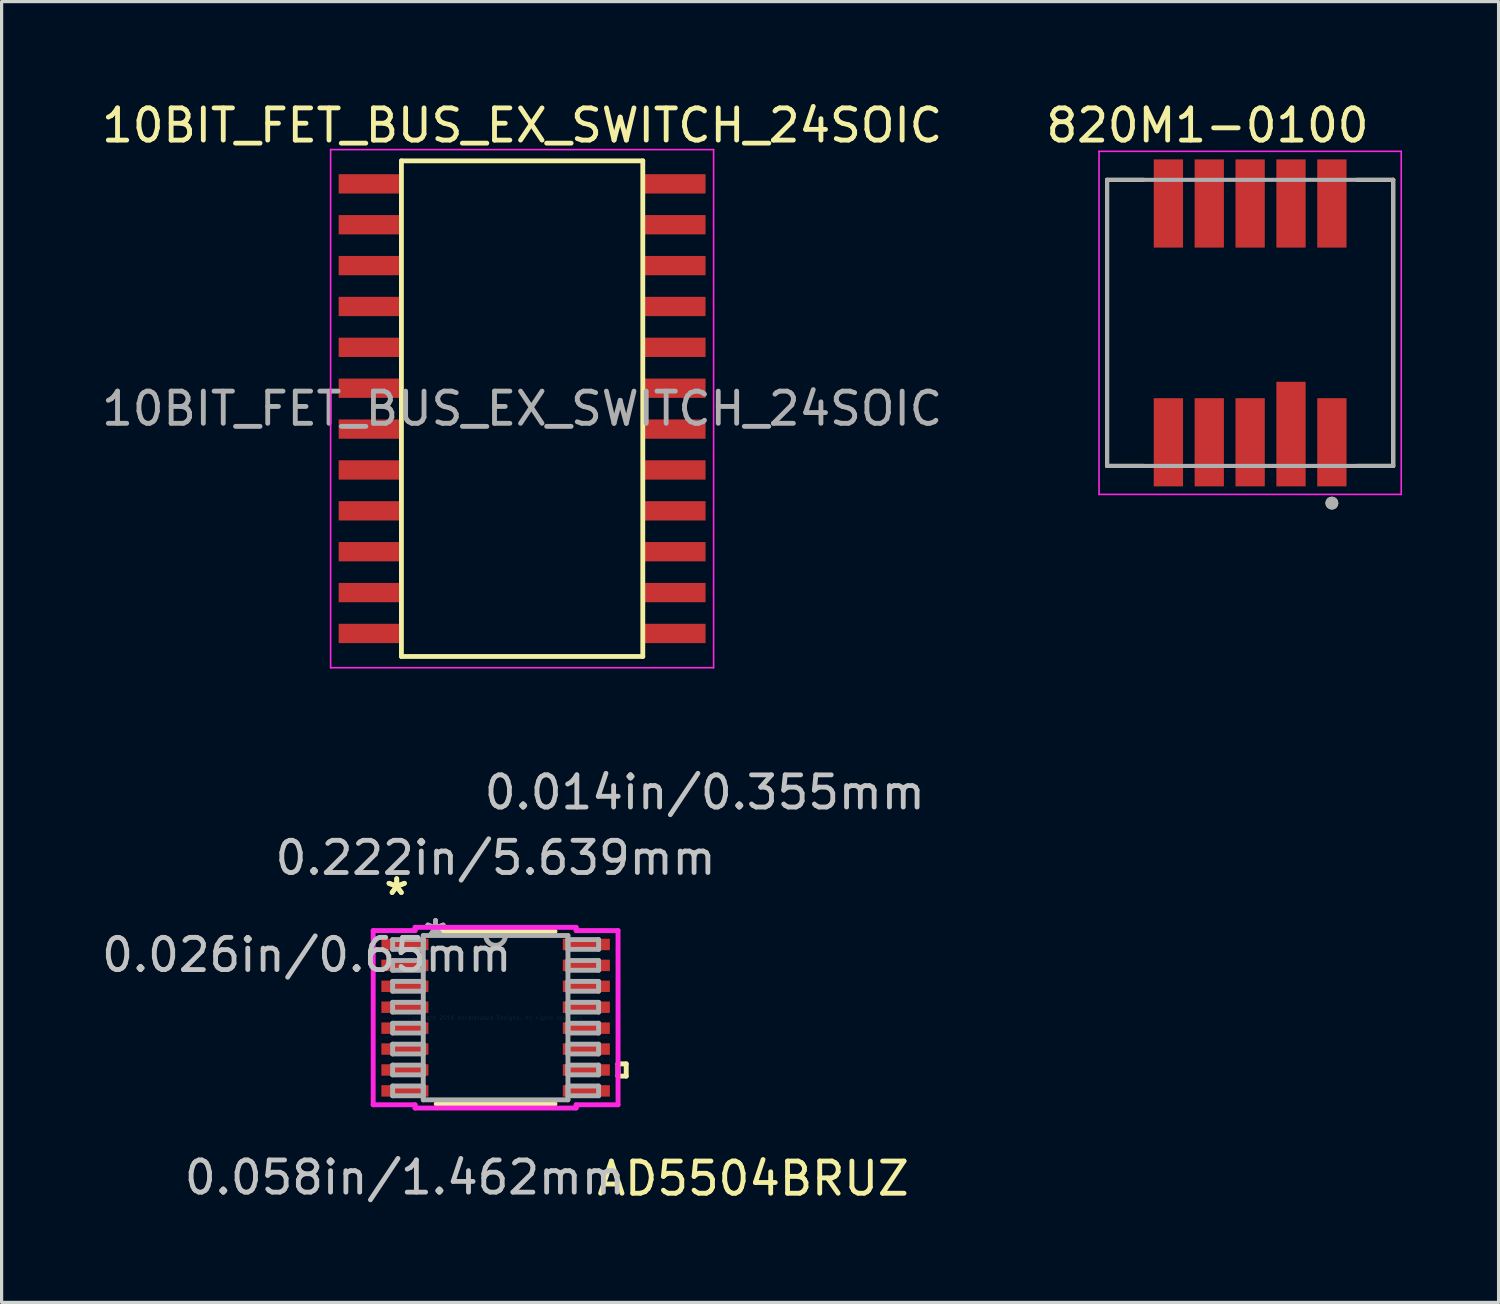
<source format=kicad_pcb>
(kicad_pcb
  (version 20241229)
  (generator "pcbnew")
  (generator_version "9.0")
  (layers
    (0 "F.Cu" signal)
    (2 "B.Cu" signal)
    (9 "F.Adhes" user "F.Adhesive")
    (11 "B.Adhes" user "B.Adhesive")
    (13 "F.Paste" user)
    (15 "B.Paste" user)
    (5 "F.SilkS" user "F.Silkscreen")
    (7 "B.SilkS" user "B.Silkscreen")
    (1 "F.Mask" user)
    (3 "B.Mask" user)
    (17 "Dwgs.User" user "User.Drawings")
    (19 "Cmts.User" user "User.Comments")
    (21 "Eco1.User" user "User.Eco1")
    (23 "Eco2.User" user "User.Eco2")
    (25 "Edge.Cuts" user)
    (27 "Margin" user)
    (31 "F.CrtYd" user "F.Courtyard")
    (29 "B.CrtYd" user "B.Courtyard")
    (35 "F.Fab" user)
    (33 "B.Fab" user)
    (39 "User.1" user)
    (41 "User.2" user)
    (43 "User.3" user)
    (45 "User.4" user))
  (footprint "10BIT_FET_BUS_EX_SWITCH_24SOIC"
    (layer "F.Cu")
    (at 13.173 9.648)
    (property "Reference" "10BIT_FET_BUS_EX_SWITCH_24SOIC" (at 0 -8.8 0) (layer "F.SilkS") (effects (font (size 1 1) (thickness 0.15))))
    (attr smd)
    (fp_line (start -3.75 -7.7) (end -3.75 7.7) (stroke (width 0.15) (type solid)) (layer "F.SilkS"))
    (fp_line (start 3.75 -7.7) (end -3.75 -7.7) (stroke (width 0.15) (type solid)) (layer "F.SilkS"))
    (fp_line (start 3.75 -7.7) (end 3.75 7.7) (stroke (width 0.15) (type solid)) (layer "F.SilkS"))
    (fp_line (start 3.75 7.7) (end -3.75 7.7) (stroke (width 0.15) (type solid)) (layer "F.SilkS"))
    (fp_line (start -5.95 -8.05) (end -5.95 8.05) (stroke (width 0.05) (type solid)) (layer "F.CrtYd"))
    (fp_line (start -5.95 -8.05) (end 5.95 -8.05) (stroke (width 0.05) (type solid)) (layer "F.CrtYd"))
    (fp_line (start -5.95 8.05) (end 5.95 8.05) (stroke (width 0.05) (type solid)) (layer "F.CrtYd"))
    (fp_line (start 5.95 -8.05) (end 5.95 8.05) (stroke (width 0.05) (type solid)) (layer "F.CrtYd"))
    (fp_text user "${REFERENCE}" (at 0 0 0) (layer "F.Fab") (effects (font (size 1 1) (thickness 0.15))))
    (pad "1" smd rect (at -4.7 -6.985) (size 2 0.6) (layers "F.Cu" "F.Mask" "F.Paste"))
    (pad "2" smd rect (at -4.7 -5.715) (size 2 0.6) (layers "F.Cu" "F.Mask" "F.Paste"))
    (pad "3" smd rect (at -4.7 -4.445) (size 2 0.6) (layers "F.Cu" "F.Mask" "F.Paste"))
    (pad "4" smd rect (at -4.7 -3.175) (size 2 0.6) (layers "F.Cu" "F.Mask" "F.Paste"))
    (pad "5" smd rect (at -4.7 -1.905) (size 2 0.6) (layers "F.Cu" "F.Mask" "F.Paste"))
    (pad "6" smd rect (at -4.7 -0.635) (size 2 0.6) (layers "F.Cu" "F.Mask" "F.Paste"))
    (pad "7" smd rect (at -4.7 0.635) (size 2 0.6) (layers "F.Cu" "F.Mask" "F.Paste"))
    (pad "8" smd rect (at -4.7 1.905) (size 2 0.6) (layers "F.Cu" "F.Mask" "F.Paste"))
    (pad "9" smd rect (at -4.7 3.175) (size 2 0.6) (layers "F.Cu" "F.Mask" "F.Paste"))
    (pad "10" smd rect (at -4.7 4.445) (size 2 0.6) (layers "F.Cu" "F.Mask" "F.Paste"))
    (pad "11" smd rect (at -4.7 5.715) (size 2 0.6) (layers "F.Cu" "F.Mask" "F.Paste"))
    (pad "12" smd rect (at -4.7 6.985) (size 2 0.6) (layers "F.Cu" "F.Mask" "F.Paste"))
    (pad "13" smd rect (at 4.7 6.985) (size 2 0.6) (layers "F.Cu" "F.Mask" "F.Paste"))
    (pad "14" smd rect (at 4.7 5.715) (size 2 0.6) (layers "F.Cu" "F.Mask" "F.Paste"))
    (pad "15" smd rect (at 4.7 4.445) (size 2 0.6) (layers "F.Cu" "F.Mask" "F.Paste"))
    (pad "16" smd rect (at 4.7 3.175) (size 2 0.6) (layers "F.Cu" "F.Mask" "F.Paste"))
    (pad "17" smd rect (at 4.7 1.905) (size 2 0.6) (layers "F.Cu" "F.Mask" "F.Paste"))
    (pad "18" smd rect (at 4.7 0.635) (size 2 0.6) (layers "F.Cu" "F.Mask" "F.Paste"))
    (pad "19" smd rect (at 4.7 -0.635) (size 2 0.6) (layers "F.Cu" "F.Mask" "F.Paste"))
    (pad "20" smd rect (at 4.7 -1.905) (size 2 0.6) (layers "F.Cu" "F.Mask" "F.Paste"))
    (pad "21" smd rect (at 4.7 -3.175) (size 2 0.6) (layers "F.Cu" "F.Mask" "F.Paste"))
    (pad "22" smd rect (at 4.7 -4.445) (size 2 0.6) (layers "F.Cu" "F.Mask" "F.Paste"))
    (pad "23" smd rect (at 4.7 -5.715) (size 2 0.6) (layers "F.Cu" "F.Mask" "F.Paste"))
    (pad "24" smd rect (at 4.7 -6.985) (size 2 0.6) (layers "F.Cu" "F.Mask" "F.Paste")))
  (footprint "820M1-0100"
    (layer "F.Cu")
    (at 35.795 6.983)
    (property "Reference" "820M1-0100" (at -1.325 -6.135 0) (layer "F.SilkS") (effects (font (size 1 1) (thickness 0.15))))
    (attr smd)
    (fp_line (start -4.445 -4.445) (end -3.315 -4.445) (stroke (width 0.127) (type solid)) (layer "F.SilkS"))
    (fp_line (start -4.445 4.445) (end -4.445 -4.445) (stroke (width 0.127) (type solid)) (layer "F.SilkS"))
    (fp_line (start -3.315 4.445) (end -4.445 4.445) (stroke (width 0.127) (type solid)) (layer "F.SilkS"))
    (fp_line (start 3.315 -4.445) (end 4.445 -4.445) (stroke (width 0.127) (type solid)) (layer "F.SilkS"))
    (fp_line (start 4.445 -4.445) (end 4.445 4.445) (stroke (width 0.127) (type solid)) (layer "F.SilkS"))
    (fp_line (start 4.445 4.445) (end 3.315 4.445) (stroke (width 0.127) (type solid)) (layer "F.SilkS"))
    (fp_circle (center 2.54 5.6) (end 2.64 5.6) (stroke (width 0.2) (type solid)) (fill no) (layer "F.SilkS"))
    (fp_line (start -4.695 -5.33) (end 4.695 -5.33) (stroke (width 0.05) (type solid)) (layer "F.CrtYd"))
    (fp_line (start -4.695 5.33) (end -4.695 -5.33) (stroke (width 0.05) (type solid)) (layer "F.CrtYd"))
    (fp_line (start 4.695 -5.33) (end 4.695 5.33) (stroke (width 0.05) (type solid)) (layer "F.CrtYd"))
    (fp_line (start 4.695 5.33) (end -4.695 5.33) (stroke (width 0.05) (type solid)) (layer "F.CrtYd"))
    (fp_line (start -4.445 -4.445) (end 4.445 -4.445) (stroke (width 0.127) (type solid)) (layer "F.Fab"))
    (fp_line (start -4.445 4.445) (end -4.445 -4.445) (stroke (width 0.127) (type solid)) (layer "F.Fab"))
    (fp_line (start 4.445 -4.445) (end 4.445 4.445) (stroke (width 0.127) (type solid)) (layer "F.Fab"))
    (fp_line (start 4.445 4.445) (end -4.445 4.445) (stroke (width 0.127) (type solid)) (layer "F.Fab"))
    (fp_circle (center 2.54 5.6) (end 2.64 5.6) (stroke (width 0.2) (type solid)) (fill no) (layer "F.Fab"))
    (pad "1" smd rect (at 2.54 3.71) (size 0.91 2.74) (layers "F.Cu" "F.Mask" "F.Paste"))
    (pad "2" smd rect (at 1.27 3.455) (size 0.91 3.25) (layers "F.Cu" "F.Mask" "F.Paste"))
    (pad "3" smd rect (at 0 3.71) (size 0.91 2.74) (layers "F.Cu" "F.Mask" "F.Paste"))
    (pad "4" smd rect (at -1.27 3.71) (size 0.91 2.74) (layers "F.Cu" "F.Mask" "F.Paste"))
    (pad "5" smd rect (at -2.54 3.71) (size 0.91 2.74) (layers "F.Cu" "F.Mask" "F.Paste"))
    (pad "6" smd rect (at -2.54 -3.71) (size 0.91 2.74) (layers "F.Cu" "F.Mask" "F.Paste"))
    (pad "7" smd rect (at -1.27 -3.71) (size 0.91 2.74) (layers "F.Cu" "F.Mask" "F.Paste"))
    (pad "8" smd rect (at 0 -3.71) (size 0.91 2.74) (layers "F.Cu" "F.Mask" "F.Paste"))
    (pad "9" smd rect (at 1.27 -3.71) (size 0.91 2.74) (layers "F.Cu" "F.Mask" "F.Paste"))
    (pad "10" smd rect (at 2.54 -3.71) (size 0.91 2.74) (layers "F.Cu" "F.Mask" "F.Paste")))
  (footprint "AD5504BRUZ"
    (layer "F.Cu")
    (at 12.35 28.572)
    (property "Reference" "AD5504BRUZ" (at 8 5 0) (layer "F.SilkS") (effects (font (size 1 1) (thickness 0.15))))
    (attr smd)
    (fp_line (start -1.845 2.68) (end 1.845 2.68) (stroke (width 0.152) (type solid)) (layer "F.SilkS"))
    (fp_line (start 1.845 -2.68) (end -1.845 -2.68) (stroke (width 0.152) (type solid)) (layer "F.SilkS"))
    (fp_line (start 3.804 1.435) (end 4.058 1.435) (stroke (width 0.152) (type solid)) (layer "F.SilkS"))
    (fp_line (start 3.804 1.816) (end 3.804 1.435) (stroke (width 0.152) (type solid)) (layer "F.SilkS"))
    (fp_line (start 4.058 1.435) (end 4.058 1.816) (stroke (width 0.152) (type solid)) (layer "F.SilkS"))
    (fp_line (start 4.058 1.816) (end 3.804 1.816) (stroke (width 0.152) (type solid)) (layer "F.SilkS"))
    (fp_line (start -3.804 -2.706) (end -2.502 -2.706) (stroke (width 0.152) (type solid)) (layer "F.CrtYd"))
    (fp_line (start -3.804 2.706) (end -3.804 -2.706) (stroke (width 0.152) (type solid)) (layer "F.CrtYd"))
    (fp_line (start -2.502 -2.807) (end 2.502 -2.807) (stroke (width 0.152) (type solid)) (layer "F.CrtYd"))
    (fp_line (start -2.502 -2.706) (end -2.502 -2.807) (stroke (width 0.152) (type solid)) (layer "F.CrtYd"))
    (fp_line (start -2.502 2.706) (end -3.804 2.706) (stroke (width 0.152) (type solid)) (layer "F.CrtYd"))
    (fp_line (start -2.502 2.807) (end -2.502 2.706) (stroke (width 0.152) (type solid)) (layer "F.CrtYd"))
    (fp_line (start 2.502 -2.807) (end 2.502 -2.706) (stroke (width 0.152) (type solid)) (layer "F.CrtYd"))
    (fp_line (start 2.502 -2.706) (end 3.804 -2.706) (stroke (width 0.152) (type solid)) (layer "F.CrtYd"))
    (fp_line (start 2.502 2.706) (end 2.502 2.807) (stroke (width 0.152) (type solid)) (layer "F.CrtYd"))
    (fp_line (start 2.502 2.807) (end -2.502 2.807) (stroke (width 0.152) (type solid)) (layer "F.CrtYd"))
    (fp_line (start 3.804 -2.706) (end 3.804 2.706) (stroke (width 0.152) (type solid)) (layer "F.CrtYd"))
    (fp_line (start 3.804 2.706) (end 2.502 2.706) (stroke (width 0.152) (type solid)) (layer "F.CrtYd"))
    (fp_line (start -3.2 -2.427) (end -3.2 -2.123) (stroke (width 0.152) (type solid)) (layer "F.Fab"))
    (fp_line (start -3.2 -2.123) (end -2.248 -2.123) (stroke (width 0.152) (type solid)) (layer "F.Fab"))
    (fp_line (start -3.2 -1.777) (end -3.2 -1.473) (stroke (width 0.152) (type solid)) (layer "F.Fab"))
    (fp_line (start -3.2 -1.473) (end -2.248 -1.473) (stroke (width 0.152) (type solid)) (layer "F.Fab"))
    (fp_line (start -3.2 -1.127) (end -3.2 -0.823) (stroke (width 0.152) (type solid)) (layer "F.Fab"))
    (fp_line (start -3.2 -0.823) (end -2.248 -0.823) (stroke (width 0.152) (type solid)) (layer "F.Fab"))
    (fp_line (start -3.2 -0.477) (end -3.2 -0.173) (stroke (width 0.152) (type solid)) (layer "F.Fab"))
    (fp_line (start -3.2 -0.173) (end -2.248 -0.173) (stroke (width 0.152) (type solid)) (layer "F.Fab"))
    (fp_line (start -3.2 0.173) (end -3.2 0.477) (stroke (width 0.152) (type solid)) (layer "F.Fab"))
    (fp_line (start -3.2 0.477) (end -2.248 0.477) (stroke (width 0.152) (type solid)) (layer "F.Fab"))
    (fp_line (start -3.2 0.823) (end -3.2 1.127) (stroke (width 0.152) (type solid)) (layer "F.Fab"))
    (fp_line (start -3.2 1.127) (end -2.248 1.127) (stroke (width 0.152) (type solid)) (layer "F.Fab"))
    (fp_line (start -3.2 1.473) (end -3.2 1.777) (stroke (width 0.152) (type solid)) (layer "F.Fab"))
    (fp_line (start -3.2 1.777) (end -2.248 1.777) (stroke (width 0.152) (type solid)) (layer "F.Fab"))
    (fp_line (start -3.2 2.123) (end -3.2 2.427) (stroke (width 0.152) (type solid)) (layer "F.Fab"))
    (fp_line (start -3.2 2.427) (end -2.248 2.427) (stroke (width 0.152) (type solid)) (layer "F.Fab"))
    (fp_line (start -2.248 -2.553) (end -2.248 2.553) (stroke (width 0.152) (type solid)) (layer "F.Fab"))
    (fp_line (start -2.248 -2.427) (end -3.2 -2.427) (stroke (width 0.152) (type solid)) (layer "F.Fab"))
    (fp_line (start -2.248 -2.123) (end -2.248 -2.427) (stroke (width 0.152) (type solid)) (layer "F.Fab"))
    (fp_line (start -2.248 -1.777) (end -3.2 -1.777) (stroke (width 0.152) (type solid)) (layer "F.Fab"))
    (fp_line (start -2.248 -1.473) (end -2.248 -1.777) (stroke (width 0.152) (type solid)) (layer "F.Fab"))
    (fp_line (start -2.248 -1.127) (end -3.2 -1.127) (stroke (width 0.152) (type solid)) (layer "F.Fab"))
    (fp_line (start -2.248 -0.823) (end -2.248 -1.127) (stroke (width 0.152) (type solid)) (layer "F.Fab"))
    (fp_line (start -2.248 -0.477) (end -3.2 -0.477) (stroke (width 0.152) (type solid)) (layer "F.Fab"))
    (fp_line (start -2.248 -0.173) (end -2.248 -0.477) (stroke (width 0.152) (type solid)) (layer "F.Fab"))
    (fp_line (start -2.248 0.173) (end -3.2 0.173) (stroke (width 0.152) (type solid)) (layer "F.Fab"))
    (fp_line (start -2.248 0.477) (end -2.248 0.173) (stroke (width 0.152) (type solid)) (layer "F.Fab"))
    (fp_line (start -2.248 0.823) (end -3.2 0.823) (stroke (width 0.152) (type solid)) (layer "F.Fab"))
    (fp_line (start -2.248 1.127) (end -2.248 0.823) (stroke (width 0.152) (type solid)) (layer "F.Fab"))
    (fp_line (start -2.248 1.473) (end -3.2 1.473) (stroke (width 0.152) (type solid)) (layer "F.Fab"))
    (fp_line (start -2.248 1.777) (end -2.248 1.473) (stroke (width 0.152) (type solid)) (layer "F.Fab"))
    (fp_line (start -2.248 2.123) (end -3.2 2.123) (stroke (width 0.152) (type solid)) (layer "F.Fab"))
    (fp_line (start -2.248 2.427) (end -2.248 2.123) (stroke (width 0.152) (type solid)) (layer "F.Fab"))
    (fp_line (start -2.248 2.553) (end 2.248 2.553) (stroke (width 0.152) (type solid)) (layer "F.Fab"))
    (fp_line (start 2.248 -2.553) (end -2.248 -2.553) (stroke (width 0.152) (type solid)) (layer "F.Fab"))
    (fp_line (start 2.248 -2.427) (end 2.248 -2.123) (stroke (width 0.152) (type solid)) (layer "F.Fab"))
    (fp_line (start 2.248 -2.123) (end 3.2 -2.123) (stroke (width 0.152) (type solid)) (layer "F.Fab"))
    (fp_line (start 2.248 -1.777) (end 2.248 -1.473) (stroke (width 0.152) (type solid)) (layer "F.Fab"))
    (fp_line (start 2.248 -1.473) (end 3.2 -1.473) (stroke (width 0.152) (type solid)) (layer "F.Fab"))
    (fp_line (start 2.248 -1.127) (end 2.248 -0.823) (stroke (width 0.152) (type solid)) (layer "F.Fab"))
    (fp_line (start 2.248 -0.823) (end 3.2 -0.823) (stroke (width 0.152) (type solid)) (layer "F.Fab"))
    (fp_line (start 2.248 -0.477) (end 2.248 -0.173) (stroke (width 0.152) (type solid)) (layer "F.Fab"))
    (fp_line (start 2.248 -0.173) (end 3.2 -0.173) (stroke (width 0.152) (type solid)) (layer "F.Fab"))
    (fp_line (start 2.248 0.173) (end 2.248 0.477) (stroke (width 0.152) (type solid)) (layer "F.Fab"))
    (fp_line (start 2.248 0.477) (end 3.2 0.477) (stroke (width 0.152) (type solid)) (layer "F.Fab"))
    (fp_line (start 2.248 0.823) (end 2.248 1.127) (stroke (width 0.152) (type solid)) (layer "F.Fab"))
    (fp_line (start 2.248 1.127) (end 3.2 1.127) (stroke (width 0.152) (type solid)) (layer "F.Fab"))
    (fp_line (start 2.248 1.473) (end 2.248 1.777) (stroke (width 0.152) (type solid)) (layer "F.Fab"))
    (fp_line (start 2.248 1.777) (end 3.2 1.777) (stroke (width 0.152) (type solid)) (layer "F.Fab"))
    (fp_line (start 2.248 2.123) (end 2.248 2.427) (stroke (width 0.152) (type solid)) (layer "F.Fab"))
    (fp_line (start 2.248 2.427) (end 3.2 2.427) (stroke (width 0.152) (type solid)) (layer "F.Fab"))
    (fp_line (start 2.248 2.553) (end 2.248 -2.553) (stroke (width 0.152) (type solid)) (layer "F.Fab"))
    (fp_line (start 3.2 -2.427) (end 2.248 -2.427) (stroke (width 0.152) (type solid)) (layer "F.Fab"))
    (fp_line (start 3.2 -2.123) (end 3.2 -2.427) (stroke (width 0.152) (type solid)) (layer "F.Fab"))
    (fp_line (start 3.2 -1.777) (end 2.248 -1.777) (stroke (width 0.152) (type solid)) (layer "F.Fab"))
    (fp_line (start 3.2 -1.473) (end 3.2 -1.777) (stroke (width 0.152) (type solid)) (layer "F.Fab"))
    (fp_line (start 3.2 -1.127) (end 2.248 -1.127) (stroke (width 0.152) (type solid)) (layer "F.Fab"))
    (fp_line (start 3.2 -0.823) (end 3.2 -1.127) (stroke (width 0.152) (type solid)) (layer "F.Fab"))
    (fp_line (start 3.2 -0.477) (end 2.248 -0.477) (stroke (width 0.152) (type solid)) (layer "F.Fab"))
    (fp_line (start 3.2 -0.173) (end 3.2 -0.477) (stroke (width 0.152) (type solid)) (layer "F.Fab"))
    (fp_line (start 3.2 0.173) (end 2.248 0.173) (stroke (width 0.152) (type solid)) (layer "F.Fab"))
    (fp_line (start 3.2 0.477) (end 3.2 0.173) (stroke (width 0.152) (type solid)) (layer "F.Fab"))
    (fp_line (start 3.2 0.823) (end 2.248 0.823) (stroke (width 0.152) (type solid)) (layer "F.Fab"))
    (fp_line (start 3.2 1.127) (end 3.2 0.823) (stroke (width 0.152) (type solid)) (layer "F.Fab"))
    (fp_line (start 3.2 1.473) (end 2.248 1.473) (stroke (width 0.152) (type solid)) (layer "F.Fab"))
    (fp_line (start 3.2 1.777) (end 3.2 1.473) (stroke (width 0.152) (type solid)) (layer "F.Fab"))
    (fp_line (start 3.2 2.123) (end 2.248 2.123) (stroke (width 0.152) (type solid)) (layer "F.Fab"))
    (fp_line (start 3.2 2.427) (end 3.2 2.123) (stroke (width 0.152) (type solid)) (layer "F.Fab"))
    (fp_arc (start 0.3048 -2.5527) (mid 0 -2.2479) (end -0.3048 -2.5527) (stroke (width 0.1524) (type solid)) (layer "F.Fab"))
    (fp_text user "*" (at -3.073 -3.773 0) (layer "F.SilkS") (effects (font (size 1 1) (thickness 0.15))))
    (fp_text user "*" (at -3.073 -3.773 0) (layer "F.SilkS") (effects (font (size 1 1) (thickness 0.15))))
    (fp_text user "0.026in/0.65mm" (at -5.867 -1.95 0) (layer "Dwgs.User") (effects (font (size 1 1) (thickness 0.15))))
    (fp_text user "0.014in/0.355mm" (at 6.5 -7 0) (layer "Dwgs.User") (effects (font (size 1 1) (thickness 0.15))))
    (fp_text user "0.058in/1.462mm" (at -2.819 4.966 0) (layer "Dwgs.User") (effects (font (size 1 1) (thickness 0.15))))
    (fp_text user "0.222in/5.639mm" (at 0 -4.966 0) (layer "Dwgs.User") (effects (font (size 1 1) (thickness 0.15))))
    (fp_text user "Copyright 2016 Accelerated Designs. All rights reserved." (at 0 0 0) (layer "Cmts.User") (effects (font (size 0.127 0.127) (thickness 0.002))))
    (fp_text user "*" (at -1.867 -2.477 0) (layer "F.Fab") (effects (font (size 1 1) (thickness 0.15))))
    (fp_text user "*" (at -1.867 -2.477 0) (layer "F.Fab") (effects (font (size 1 1) (thickness 0.15))))
    (pad "1" smd rect (at -2.819 -2.275) (size 1.462 0.355) (layers "F.Cu" "F.Mask" "F.Paste"))
    (pad "2" smd rect (at -2.819 -1.625) (size 1.462 0.355) (layers "F.Cu" "F.Mask" "F.Paste"))
    (pad "3" smd rect (at -2.819 -0.975) (size 1.462 0.355) (layers "F.Cu" "F.Mask" "F.Paste"))
    (pad "4" smd rect (at -2.819 -0.325) (size 1.462 0.355) (layers "F.Cu" "F.Mask" "F.Paste"))
    (pad "5" smd rect (at -2.819 0.325) (size 1.462 0.355) (layers "F.Cu" "F.Mask" "F.Paste"))
    (pad "6" smd rect (at -2.819 0.975) (size 1.462 0.355) (layers "F.Cu" "F.Mask" "F.Paste"))
    (pad "7" smd rect (at -2.819 1.625) (size 1.462 0.355) (layers "F.Cu" "F.Mask" "F.Paste"))
    (pad "8" smd rect (at -2.819 2.275) (size 1.462 0.355) (layers "F.Cu" "F.Mask" "F.Paste"))
    (pad "9" smd rect (at 2.819 2.275) (size 1.462 0.355) (layers "F.Cu" "F.Mask" "F.Paste"))
    (pad "10" smd rect (at 2.819 1.625) (size 1.462 0.355) (layers "F.Cu" "F.Mask" "F.Paste"))
    (pad "11" smd rect (at 2.819 0.975) (size 1.462 0.355) (layers "F.Cu" "F.Mask" "F.Paste"))
    (pad "12" smd rect (at 2.819 0.325) (size 1.462 0.355) (layers "F.Cu" "F.Mask" "F.Paste"))
    (pad "13" smd rect (at 2.819 -0.325) (size 1.462 0.355) (layers "F.Cu" "F.Mask" "F.Paste"))
    (pad "14" smd rect (at 2.819 -0.975) (size 1.462 0.355) (layers "F.Cu" "F.Mask" "F.Paste"))
    (pad "15" smd rect (at 2.819 -1.625) (size 1.462 0.355) (layers "F.Cu" "F.Mask" "F.Paste"))
    (pad "16" smd rect (at 2.819 -2.275) (size 1.462 0.355) (layers "F.Cu" "F.Mask" "F.Paste")))
  (gr_rect
    (start -3 -3)
    (end 43.515 37.42)
    (stroke (width 0.1) (type default))
    (fill no)
    (layer "Edge.Cuts")))
</source>
